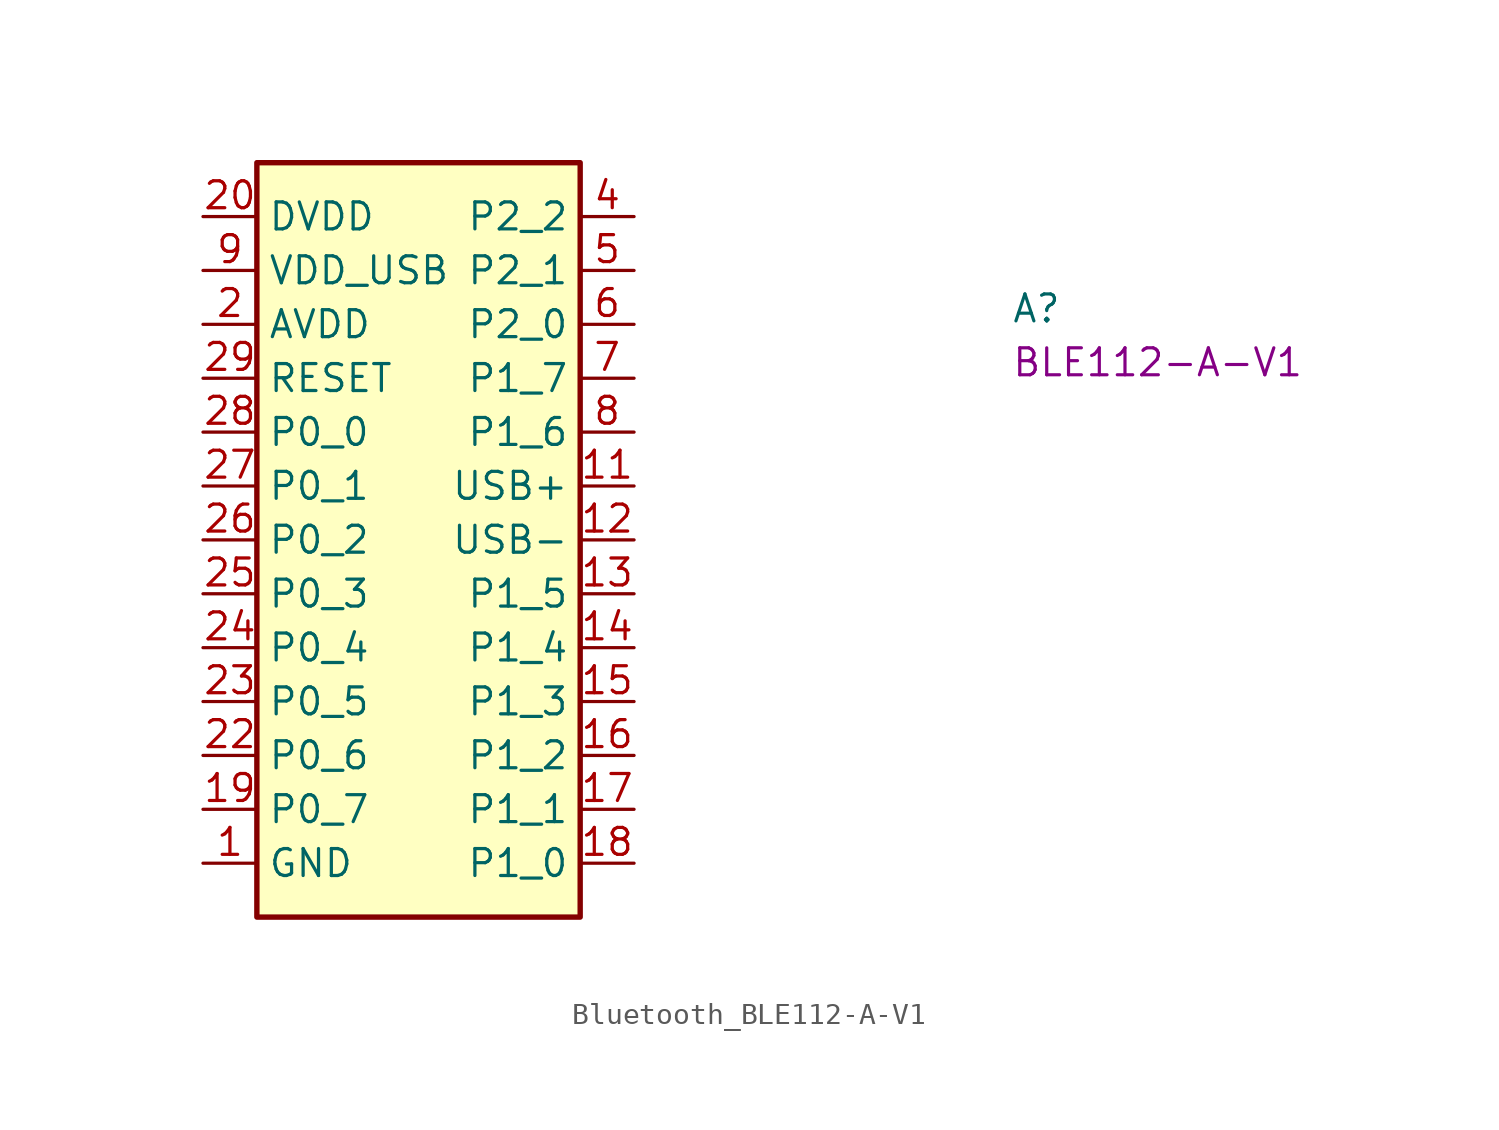
<source format=kicad_sym>
(kicad_symbol_lib
  (version 20220914)
  (generator kicad_symbol_editor)
  (symbol "Bluetooth_BLE112-A-V1"
    (property "Reference" "A"
      (at 38.1 -5.08 0)
      (effects (font (size 1.27 1.27) (thickness 0.15)) (justify left bottom)))
    (property "MPN" "BLE112-A-V1"
      (at 38.1 -7.62 0)
      (effects (font (size 1.27 1.27) (thickness 0.15)) (justify left bottom)))
    (symbol "Bluetooth_BLE112-A-V1_1_1"
      (rectangle (start 2.54 2.54) (end 17.78 -33.02) (stroke (width 0.254) (type default)) (fill (type background)))
      (pin power_in line (at 0 -30.48 0) (length 2.54) (name "GND" (effects (font (size 1.27 1.27)))) (number "1" (effects (font (size 1.27 1.27)))))
      (pin passive line (at 0 -30.48 0) (length 2.54) hide (name "GND" (effects (font (size 1.27 1.27)))) (number "10" (effects (font (size 1.27 1.27)))))
      (pin bidirectional line (at 20.32 -12.7 180) (length 2.54) (name "USB+" (effects (font (size 1.27 1.27)))) (number "11" (effects (font (size 1.27 1.27)))))
      (pin bidirectional line (at 20.32 -15.24 180) (length 2.54) (name "USB-" (effects (font (size 1.27 1.27)))) (number "12" (effects (font (size 1.27 1.27)))))
      (pin bidirectional line (at 20.32 -17.78 180) (length 2.54) (name "P1_5" (effects (font (size 1.27 1.27)))) (number "13" (effects (font (size 1.27 1.27)))))
      (pin bidirectional line (at 20.32 -20.32 180) (length 2.54) (name "P1_4" (effects (font (size 1.27 1.27)))) (number "14" (effects (font (size 1.27 1.27)))))
      (pin bidirectional line (at 20.32 -22.86 180) (length 2.54) (name "P1_3" (effects (font (size 1.27 1.27)))) (number "15" (effects (font (size 1.27 1.27)))))
      (pin bidirectional line (at 20.32 -25.4 180) (length 2.54) (name "P1_2" (effects (font (size 1.27 1.27)))) (number "16" (effects (font (size 1.27 1.27)))))
      (pin bidirectional line (at 20.32 -27.94 180) (length 2.54) (name "P1_1" (effects (font (size 1.27 1.27)))) (number "17" (effects (font (size 1.27 1.27)))))
      (pin bidirectional line (at 20.32 -30.48 180) (length 2.54) (name "P1_0" (effects (font (size 1.27 1.27)))) (number "18" (effects (font (size 1.27 1.27)))))
      (pin bidirectional line (at 0 -27.94 0) (length 2.54) (name "P0_7" (effects (font (size 1.27 1.27)))) (number "19" (effects (font (size 1.27 1.27)))))
      (pin power_in line (at 0 -5.08 0) (length 2.54) (name "AVDD" (effects (font (size 1.27 1.27)))) (number "2" (effects (font (size 1.27 1.27)))))
      (pin power_in line (at 0 0 0) (length 2.54) (name "DVDD" (effects (font (size 1.27 1.27)))) (number "20" (effects (font (size 1.27 1.27)))))
      (pin passive line (at 0 -30.48 0) (length 2.54) hide (name "GND" (effects (font (size 1.27 1.27)))) (number "21" (effects (font (size 1.27 1.27)))))
      (pin bidirectional line (at 0 -25.4 0) (length 2.54) (name "P0_6" (effects (font (size 1.27 1.27)))) (number "22" (effects (font (size 1.27 1.27)))))
      (pin bidirectional line (at 0 -22.86 0) (length 2.54) (name "P0_5" (effects (font (size 1.27 1.27)))) (number "23" (effects (font (size 1.27 1.27)))))
      (pin bidirectional line (at 0 -20.32 0) (length 2.54) (name "P0_4" (effects (font (size 1.27 1.27)))) (number "24" (effects (font (size 1.27 1.27)))))
      (pin bidirectional line (at 0 -17.78 0) (length 2.54) (name "P0_3" (effects (font (size 1.27 1.27)))) (number "25" (effects (font (size 1.27 1.27)))))
      (pin bidirectional line (at 0 -15.24 0) (length 2.54) (name "P0_2" (effects (font (size 1.27 1.27)))) (number "26" (effects (font (size 1.27 1.27)))))
      (pin bidirectional line (at 0 -12.7 0) (length 2.54) (name "P0_1" (effects (font (size 1.27 1.27)))) (number "27" (effects (font (size 1.27 1.27)))))
      (pin bidirectional line (at 0 -10.16 0) (length 2.54) (name "P0_0" (effects (font (size 1.27 1.27)))) (number "28" (effects (font (size 1.27 1.27)))))
      (pin input line (at 0 -7.62 0) (length 2.54) (name "RESET" (effects (font (size 1.27 1.27)))) (number "29" (effects (font (size 1.27 1.27)))))
      (pin passive line (at 0 -5.08 0) (length 2.54) hide (name "AVDD" (effects (font (size 1.27 1.27)))) (number "3" (effects (font (size 1.27 1.27)))))
      (pin passive line (at 0 -30.48 0) (length 2.54) hide (name "GND" (effects (font (size 1.27 1.27)))) (number "30" (effects (font (size 1.27 1.27)))))
      (pin bidirectional line (at 20.32 0 180) (length 2.54) (name "P2_2" (effects (font (size 1.27 1.27)))) (number "4" (effects (font (size 1.27 1.27)))))
      (pin bidirectional line (at 20.32 -2.54 180) (length 2.54) (name "P2_1" (effects (font (size 1.27 1.27)))) (number "5" (effects (font (size 1.27 1.27)))))
      (pin bidirectional line (at 20.32 -5.08 180) (length 2.54) (name "P2_0" (effects (font (size 1.27 1.27)))) (number "6" (effects (font (size 1.27 1.27)))))
      (pin bidirectional line (at 20.32 -7.62 180) (length 2.54) (name "P1_7" (effects (font (size 1.27 1.27)))) (number "7" (effects (font (size 1.27 1.27)))))
      (pin bidirectional line (at 20.32 -10.16 180) (length 2.54) (name "P1_6" (effects (font (size 1.27 1.27)))) (number "8" (effects (font (size 1.27 1.27)))))
      (pin power_in line (at 0 -2.54 0) (length 2.54) (name "VDD_USB" (effects (font (size 1.27 1.27)))) (number "9" (effects (font (size 1.27 1.27))))))))
</source>
